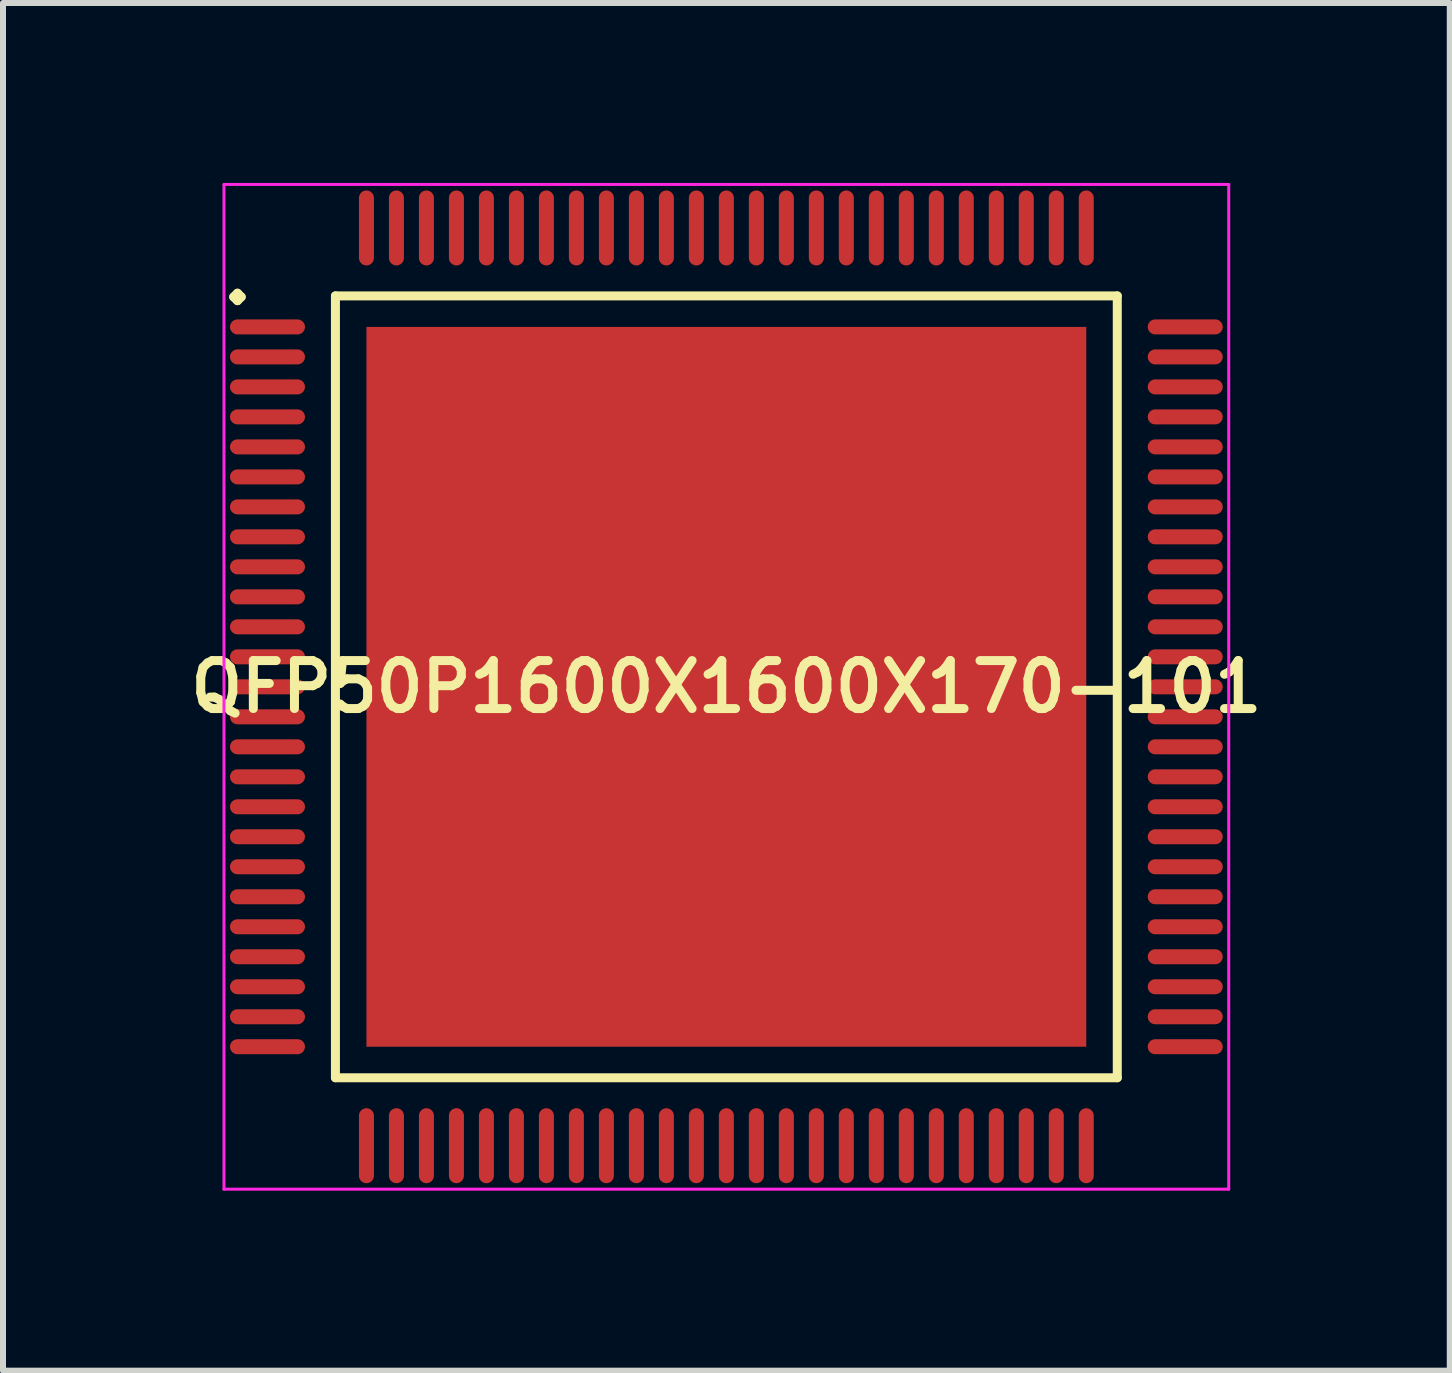
<source format=kicad_pcb>
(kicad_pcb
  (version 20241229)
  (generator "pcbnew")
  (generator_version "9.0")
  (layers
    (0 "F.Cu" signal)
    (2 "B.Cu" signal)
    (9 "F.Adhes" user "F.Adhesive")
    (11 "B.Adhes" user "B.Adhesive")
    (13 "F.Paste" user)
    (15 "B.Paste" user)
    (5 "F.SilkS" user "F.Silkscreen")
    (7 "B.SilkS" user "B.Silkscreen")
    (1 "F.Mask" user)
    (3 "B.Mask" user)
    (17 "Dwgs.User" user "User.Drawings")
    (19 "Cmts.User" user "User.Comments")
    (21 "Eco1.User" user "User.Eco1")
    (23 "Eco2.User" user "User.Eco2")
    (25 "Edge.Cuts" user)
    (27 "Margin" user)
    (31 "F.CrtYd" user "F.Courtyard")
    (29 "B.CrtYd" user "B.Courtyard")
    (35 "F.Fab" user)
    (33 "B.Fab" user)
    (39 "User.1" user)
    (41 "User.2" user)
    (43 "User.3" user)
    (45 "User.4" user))
  (footprint "QFP50P1600X1600X170-101"
    (layer "F.Cu")
    (at 9.059 8.4)
    (property "Reference" "QFP50P1600X1600X170-101" (at 0 0 0) (layer "F.SilkS") (effects (font (size 0.8 0.8) (thickness 0.15))))
    (attr smd)
    (fp_line (start -8.213 -6.5) (end -8.15 -6.562) (stroke (width 0.15) (type solid)) (layer "F.SilkS"))
    (fp_line (start -8.15 -6.562) (end -8.088 -6.5) (stroke (width 0.15) (type solid)) (layer "F.SilkS"))
    (fp_line (start -8.15 -6.438) (end -8.213 -6.5) (stroke (width 0.15) (type solid)) (layer "F.SilkS"))
    (fp_line (start -8.088 -6.5) (end -8.15 -6.438) (stroke (width 0.15) (type solid)) (layer "F.SilkS"))
    (fp_line (start -6.517 -6.517) (end -6.517 6.517) (stroke (width 0.15) (type solid)) (layer "F.SilkS"))
    (fp_line (start -6.517 6.517) (end 6.517 6.517) (stroke (width 0.15) (type solid)) (layer "F.SilkS"))
    (fp_line (start 6.517 -6.517) (end -6.517 -6.517) (stroke (width 0.15) (type solid)) (layer "F.SilkS"))
    (fp_line (start 6.517 6.517) (end 6.517 -6.517) (stroke (width 0.15) (type solid)) (layer "F.SilkS"))
    (fp_line (start -8.375 -8.375) (end 8.375 -8.375) (stroke (width 0.05) (type solid)) (layer "F.CrtYd"))
    (fp_line (start -8.375 8.375) (end -8.375 -8.375) (stroke (width 0.05) (type solid)) (layer "F.CrtYd"))
    (fp_line (start 8.375 -8.375) (end 8.375 8.375) (stroke (width 0.05) (type solid)) (layer "F.CrtYd"))
    (fp_line (start 8.375 8.375) (end -8.375 8.375) (stroke (width 0.05) (type solid)) (layer "F.CrtYd"))
    (pad "1" smd oval (at -7.65 -6) (size 1.25 0.25) (layers "F.Cu" "F.Mask" "F.Paste"))
    (pad "2" smd oval (at -7.65 -5.5) (size 1.25 0.25) (layers "F.Cu" "F.Mask" "F.Paste"))
    (pad "3" smd oval (at -7.65 -5) (size 1.25 0.25) (layers "F.Cu" "F.Mask" "F.Paste"))
    (pad "4" smd oval (at -7.65 -4.5) (size 1.25 0.25) (layers "F.Cu" "F.Mask" "F.Paste"))
    (pad "5" smd oval (at -7.65 -4) (size 1.25 0.25) (layers "F.Cu" "F.Mask" "F.Paste"))
    (pad "6" smd oval (at -7.65 -3.5) (size 1.25 0.25) (layers "F.Cu" "F.Mask" "F.Paste"))
    (pad "7" smd oval (at -7.65 -3) (size 1.25 0.25) (layers "F.Cu" "F.Mask" "F.Paste"))
    (pad "8" smd oval (at -7.65 -2.5) (size 1.25 0.25) (layers "F.Cu" "F.Mask" "F.Paste"))
    (pad "9" smd oval (at -7.65 -2) (size 1.25 0.25) (layers "F.Cu" "F.Mask" "F.Paste"))
    (pad "10" smd oval (at -7.65 -1.5) (size 1.25 0.25) (layers "F.Cu" "F.Mask" "F.Paste"))
    (pad "11" smd oval (at -7.65 -1) (size 1.25 0.25) (layers "F.Cu" "F.Mask" "F.Paste"))
    (pad "12" smd oval (at -7.65 -0.5) (size 1.25 0.25) (layers "F.Cu" "F.Mask" "F.Paste"))
    (pad "13" smd oval (at -7.65 0) (size 1.25 0.25) (layers "F.Cu" "F.Mask" "F.Paste"))
    (pad "14" smd oval (at -7.65 0.5) (size 1.25 0.25) (layers "F.Cu" "F.Mask" "F.Paste"))
    (pad "15" smd oval (at -7.65 1) (size 1.25 0.25) (layers "F.Cu" "F.Mask" "F.Paste"))
    (pad "16" smd oval (at -7.65 1.5) (size 1.25 0.25) (layers "F.Cu" "F.Mask" "F.Paste"))
    (pad "17" smd oval (at -7.65 2) (size 1.25 0.25) (layers "F.Cu" "F.Mask" "F.Paste"))
    (pad "18" smd oval (at -7.65 2.5) (size 1.25 0.25) (layers "F.Cu" "F.Mask" "F.Paste"))
    (pad "19" smd oval (at -7.65 3) (size 1.25 0.25) (layers "F.Cu" "F.Mask" "F.Paste"))
    (pad "20" smd oval (at -7.65 3.5) (size 1.25 0.25) (layers "F.Cu" "F.Mask" "F.Paste"))
    (pad "21" smd oval (at -7.65 4) (size 1.25 0.25) (layers "F.Cu" "F.Mask" "F.Paste"))
    (pad "22" smd oval (at -7.65 4.5) (size 1.25 0.25) (layers "F.Cu" "F.Mask" "F.Paste"))
    (pad "23" smd oval (at -7.65 5) (size 1.25 0.25) (layers "F.Cu" "F.Mask" "F.Paste"))
    (pad "24" smd oval (at -7.65 5.5) (size 1.25 0.25) (layers "F.Cu" "F.Mask" "F.Paste"))
    (pad "25" smd oval (at -7.65 6) (size 1.25 0.25) (layers "F.Cu" "F.Mask" "F.Paste"))
    (pad "26" smd oval (at -6 7.65) (size 0.25 1.25) (layers "F.Cu" "F.Mask" "F.Paste"))
    (pad "27" smd oval (at -5.5 7.65) (size 0.25 1.25) (layers "F.Cu" "F.Mask" "F.Paste"))
    (pad "28" smd oval (at -5 7.65) (size 0.25 1.25) (layers "F.Cu" "F.Mask" "F.Paste"))
    (pad "29" smd oval (at -4.5 7.65) (size 0.25 1.25) (layers "F.Cu" "F.Mask" "F.Paste"))
    (pad "30" smd oval (at -4 7.65) (size 0.25 1.25) (layers "F.Cu" "F.Mask" "F.Paste"))
    (pad "31" smd oval (at -3.5 7.65) (size 0.25 1.25) (layers "F.Cu" "F.Mask" "F.Paste"))
    (pad "32" smd oval (at -3 7.65) (size 0.25 1.25) (layers "F.Cu" "F.Mask" "F.Paste"))
    (pad "33" smd oval (at -2.5 7.65) (size 0.25 1.25) (layers "F.Cu" "F.Mask" "F.Paste"))
    (pad "34" smd oval (at -2 7.65) (size 0.25 1.25) (layers "F.Cu" "F.Mask" "F.Paste"))
    (pad "35" smd oval (at -1.5 7.65) (size 0.25 1.25) (layers "F.Cu" "F.Mask" "F.Paste"))
    (pad "36" smd oval (at -1 7.65) (size 0.25 1.25) (layers "F.Cu" "F.Mask" "F.Paste"))
    (pad "37" smd oval (at -0.5 7.65) (size 0.25 1.25) (layers "F.Cu" "F.Mask" "F.Paste"))
    (pad "38" smd oval (at 0 7.65) (size 0.25 1.25) (layers "F.Cu" "F.Mask" "F.Paste"))
    (pad "39" smd oval (at 0.5 7.65) (size 0.25 1.25) (layers "F.Cu" "F.Mask" "F.Paste"))
    (pad "40" smd oval (at 1 7.65) (size 0.25 1.25) (layers "F.Cu" "F.Mask" "F.Paste"))
    (pad "41" smd oval (at 1.5 7.65) (size 0.25 1.25) (layers "F.Cu" "F.Mask" "F.Paste"))
    (pad "42" smd oval (at 2 7.65) (size 0.25 1.25) (layers "F.Cu" "F.Mask" "F.Paste"))
    (pad "43" smd oval (at 2.5 7.65) (size 0.25 1.25) (layers "F.Cu" "F.Mask" "F.Paste"))
    (pad "44" smd oval (at 3 7.65) (size 0.25 1.25) (layers "F.Cu" "F.Mask" "F.Paste"))
    (pad "45" smd oval (at 3.5 7.65) (size 0.25 1.25) (layers "F.Cu" "F.Mask" "F.Paste"))
    (pad "46" smd oval (at 4 7.65) (size 0.25 1.25) (layers "F.Cu" "F.Mask" "F.Paste"))
    (pad "47" smd oval (at 4.5 7.65) (size 0.25 1.25) (layers "F.Cu" "F.Mask" "F.Paste"))
    (pad "48" smd oval (at 5 7.65) (size 0.25 1.25) (layers "F.Cu" "F.Mask" "F.Paste"))
    (pad "49" smd oval (at 5.5 7.65) (size 0.25 1.25) (layers "F.Cu" "F.Mask" "F.Paste"))
    (pad "50" smd oval (at 6 7.65) (size 0.25 1.25) (layers "F.Cu" "F.Mask" "F.Paste"))
    (pad "51" smd oval (at 7.65 6) (size 1.25 0.25) (layers "F.Cu" "F.Mask" "F.Paste"))
    (pad "52" smd oval (at 7.65 5.5) (size 1.25 0.25) (layers "F.Cu" "F.Mask" "F.Paste"))
    (pad "53" smd oval (at 7.65 5) (size 1.25 0.25) (layers "F.Cu" "F.Mask" "F.Paste"))
    (pad "54" smd oval (at 7.65 4.5) (size 1.25 0.25) (layers "F.Cu" "F.Mask" "F.Paste"))
    (pad "55" smd oval (at 7.65 4) (size 1.25 0.25) (layers "F.Cu" "F.Mask" "F.Paste"))
    (pad "56" smd oval (at 7.65 3.5) (size 1.25 0.25) (layers "F.Cu" "F.Mask" "F.Paste"))
    (pad "57" smd oval (at 7.65 3) (size 1.25 0.25) (layers "F.Cu" "F.Mask" "F.Paste"))
    (pad "58" smd oval (at 7.65 2.5) (size 1.25 0.25) (layers "F.Cu" "F.Mask" "F.Paste"))
    (pad "59" smd oval (at 7.65 2) (size 1.25 0.25) (layers "F.Cu" "F.Mask" "F.Paste"))
    (pad "60" smd oval (at 7.65 1.5) (size 1.25 0.25) (layers "F.Cu" "F.Mask" "F.Paste"))
    (pad "61" smd oval (at 7.65 1) (size 1.25 0.25) (layers "F.Cu" "F.Mask" "F.Paste"))
    (pad "62" smd oval (at 7.65 0.5) (size 1.25 0.25) (layers "F.Cu" "F.Mask" "F.Paste"))
    (pad "63" smd oval (at 7.65 0) (size 1.25 0.25) (layers "F.Cu" "F.Mask" "F.Paste"))
    (pad "64" smd oval (at 7.65 -0.5) (size 1.25 0.25) (layers "F.Cu" "F.Mask" "F.Paste"))
    (pad "65" smd oval (at 7.65 -1) (size 1.25 0.25) (layers "F.Cu" "F.Mask" "F.Paste"))
    (pad "66" smd oval (at 7.65 -1.5) (size 1.25 0.25) (layers "F.Cu" "F.Mask" "F.Paste"))
    (pad "67" smd oval (at 7.65 -2) (size 1.25 0.25) (layers "F.Cu" "F.Mask" "F.Paste"))
    (pad "68" smd oval (at 7.65 -2.5) (size 1.25 0.25) (layers "F.Cu" "F.Mask" "F.Paste"))
    (pad "69" smd oval (at 7.65 -3) (size 1.25 0.25) (layers "F.Cu" "F.Mask" "F.Paste"))
    (pad "70" smd oval (at 7.65 -3.5) (size 1.25 0.25) (layers "F.Cu" "F.Mask" "F.Paste"))
    (pad "71" smd oval (at 7.65 -4) (size 1.25 0.25) (layers "F.Cu" "F.Mask" "F.Paste"))
    (pad "72" smd oval (at 7.65 -4.5) (size 1.25 0.25) (layers "F.Cu" "F.Mask" "F.Paste"))
    (pad "73" smd oval (at 7.65 -5) (size 1.25 0.25) (layers "F.Cu" "F.Mask" "F.Paste"))
    (pad "74" smd oval (at 7.65 -5.5) (size 1.25 0.25) (layers "F.Cu" "F.Mask" "F.Paste"))
    (pad "75" smd oval (at 7.65 -6) (size 1.25 0.25) (layers "F.Cu" "F.Mask" "F.Paste"))
    (pad "76" smd oval (at 6 -7.65) (size 0.25 1.25) (layers "F.Cu" "F.Mask" "F.Paste"))
    (pad "77" smd oval (at 5.5 -7.65) (size 0.25 1.25) (layers "F.Cu" "F.Mask" "F.Paste"))
    (pad "78" smd oval (at 5 -7.65) (size 0.25 1.25) (layers "F.Cu" "F.Mask" "F.Paste"))
    (pad "79" smd oval (at 4.5 -7.65) (size 0.25 1.25) (layers "F.Cu" "F.Mask" "F.Paste"))
    (pad "80" smd oval (at 4 -7.65) (size 0.25 1.25) (layers "F.Cu" "F.Mask" "F.Paste"))
    (pad "81" smd oval (at 3.5 -7.65) (size 0.25 1.25) (layers "F.Cu" "F.Mask" "F.Paste"))
    (pad "82" smd oval (at 3 -7.65) (size 0.25 1.25) (layers "F.Cu" "F.Mask" "F.Paste"))
    (pad "83" smd oval (at 2.5 -7.65) (size 0.25 1.25) (layers "F.Cu" "F.Mask" "F.Paste"))
    (pad "84" smd oval (at 2 -7.65) (size 0.25 1.25) (layers "F.Cu" "F.Mask" "F.Paste"))
    (pad "85" smd oval (at 1.5 -7.65) (size 0.25 1.25) (layers "F.Cu" "F.Mask" "F.Paste"))
    (pad "86" smd oval (at 1 -7.65) (size 0.25 1.25) (layers "F.Cu" "F.Mask" "F.Paste"))
    (pad "87" smd oval (at 0.5 -7.65) (size 0.25 1.25) (layers "F.Cu" "F.Mask" "F.Paste"))
    (pad "88" smd oval (at 0 -7.65) (size 0.25 1.25) (layers "F.Cu" "F.Mask" "F.Paste"))
    (pad "89" smd oval (at -0.5 -7.65) (size 0.25 1.25) (layers "F.Cu" "F.Mask" "F.Paste"))
    (pad "90" smd oval (at -1 -7.65) (size 0.25 1.25) (layers "F.Cu" "F.Mask" "F.Paste"))
    (pad "91" smd oval (at -1.5 -7.65) (size 0.25 1.25) (layers "F.Cu" "F.Mask" "F.Paste"))
    (pad "92" smd oval (at -2 -7.65) (size 0.25 1.25) (layers "F.Cu" "F.Mask" "F.Paste"))
    (pad "93" smd oval (at -2.5 -7.65) (size 0.25 1.25) (layers "F.Cu" "F.Mask" "F.Paste"))
    (pad "94" smd oval (at -3 -7.65) (size 0.25 1.25) (layers "F.Cu" "F.Mask" "F.Paste"))
    (pad "95" smd oval (at -3.5 -7.65) (size 0.25 1.25) (layers "F.Cu" "F.Mask" "F.Paste"))
    (pad "96" smd oval (at -4 -7.65) (size 0.25 1.25) (layers "F.Cu" "F.Mask" "F.Paste"))
    (pad "97" smd oval (at -4.5 -7.65) (size 0.25 1.25) (layers "F.Cu" "F.Mask" "F.Paste"))
    (pad "98" smd oval (at -5 -7.65) (size 0.25 1.25) (layers "F.Cu" "F.Mask" "F.Paste"))
    (pad "99" smd oval (at -5.5 -7.65) (size 0.25 1.25) (layers "F.Cu" "F.Mask" "F.Paste"))
    (pad "100" smd oval (at -6 -7.65) (size 0.25 1.25) (layers "F.Cu" "F.Mask" "F.Paste"))
    (pad "101" smd rect (at 0 0) (size 12 12) (layers "F.Cu" "F.Mask" "F.Paste")))
  (gr_rect
    (start -3 -3)
    (end 21.119 19.8)
    (stroke (width 0.1) (type default))
    (fill no)
    (layer "Edge.Cuts")))
</source>
